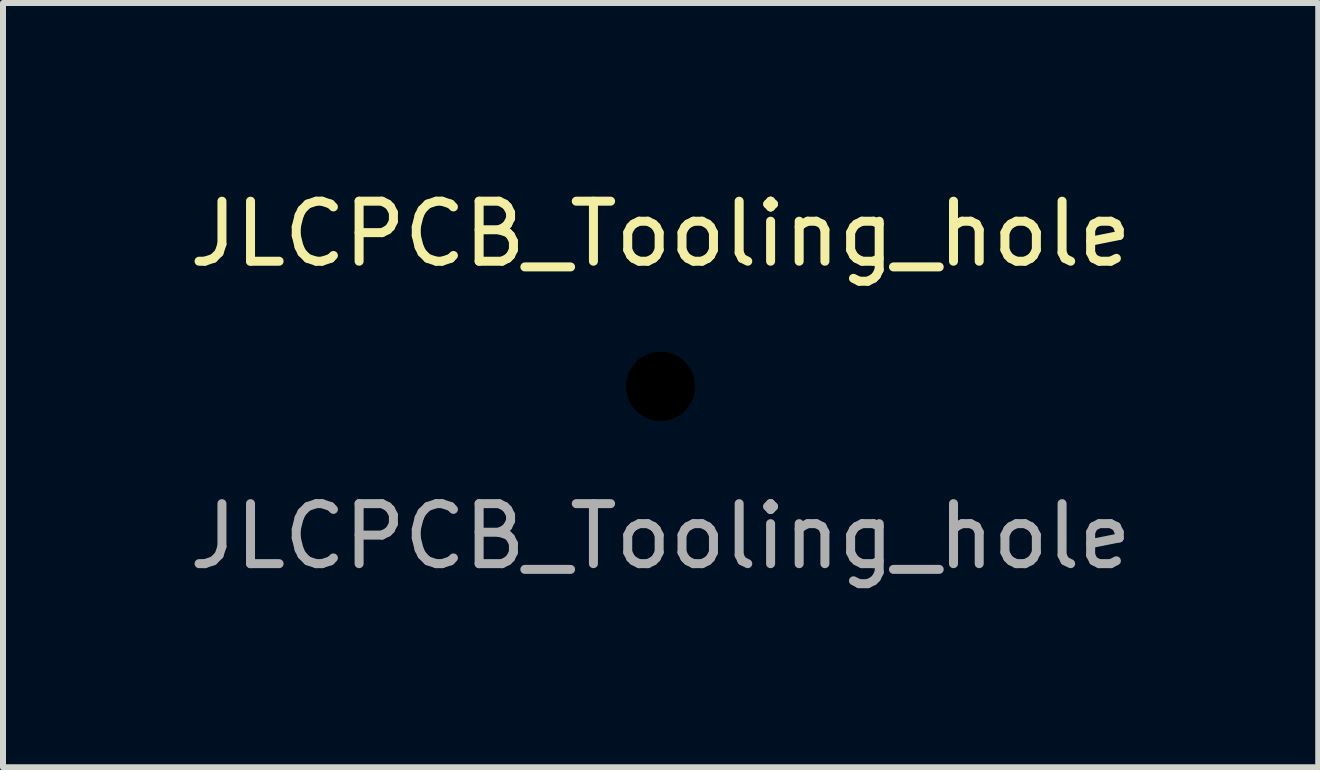
<source format=kicad_pcb>
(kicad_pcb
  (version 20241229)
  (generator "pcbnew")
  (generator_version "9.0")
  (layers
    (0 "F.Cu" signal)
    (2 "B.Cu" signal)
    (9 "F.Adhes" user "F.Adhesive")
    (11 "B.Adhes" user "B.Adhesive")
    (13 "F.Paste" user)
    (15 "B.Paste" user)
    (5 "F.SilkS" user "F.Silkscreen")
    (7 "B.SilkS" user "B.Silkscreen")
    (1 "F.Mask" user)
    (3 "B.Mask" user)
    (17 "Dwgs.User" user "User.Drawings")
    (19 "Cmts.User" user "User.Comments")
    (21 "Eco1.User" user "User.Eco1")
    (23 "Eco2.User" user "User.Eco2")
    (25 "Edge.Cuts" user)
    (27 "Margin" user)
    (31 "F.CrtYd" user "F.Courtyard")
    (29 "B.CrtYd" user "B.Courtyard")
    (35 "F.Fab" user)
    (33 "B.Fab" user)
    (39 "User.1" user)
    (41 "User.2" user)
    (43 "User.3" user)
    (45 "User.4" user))
  (footprint "JLCPCB_Tooling_hole"
    (layer "F.Cu")
    (at 7.958 3.388)
    (property "Reference" "JLCPCB_Tooling_hole" (at 0 -2.54 0) (unlocked yes) (layer "F.SilkS") (effects (font (size 1 1) (thickness 0.15))))
    (attr through_hole)
    (fp_text user "${REFERENCE}" (at 0 2.5 0) (unlocked yes) (layer "F.Fab") (effects (font (size 1 1) (thickness 0.15))))
    (pad "" np_thru_hole circle (at 0 0) (size 1.3 1.3) (drill 1.152) (layers "*.Mask")))
  (gr_rect
    (start -3 -3)
    (end 18.917 9.736)
    (stroke (width 0.1) (type default))
    (fill no)
    (layer "Edge.Cuts")))
</source>
